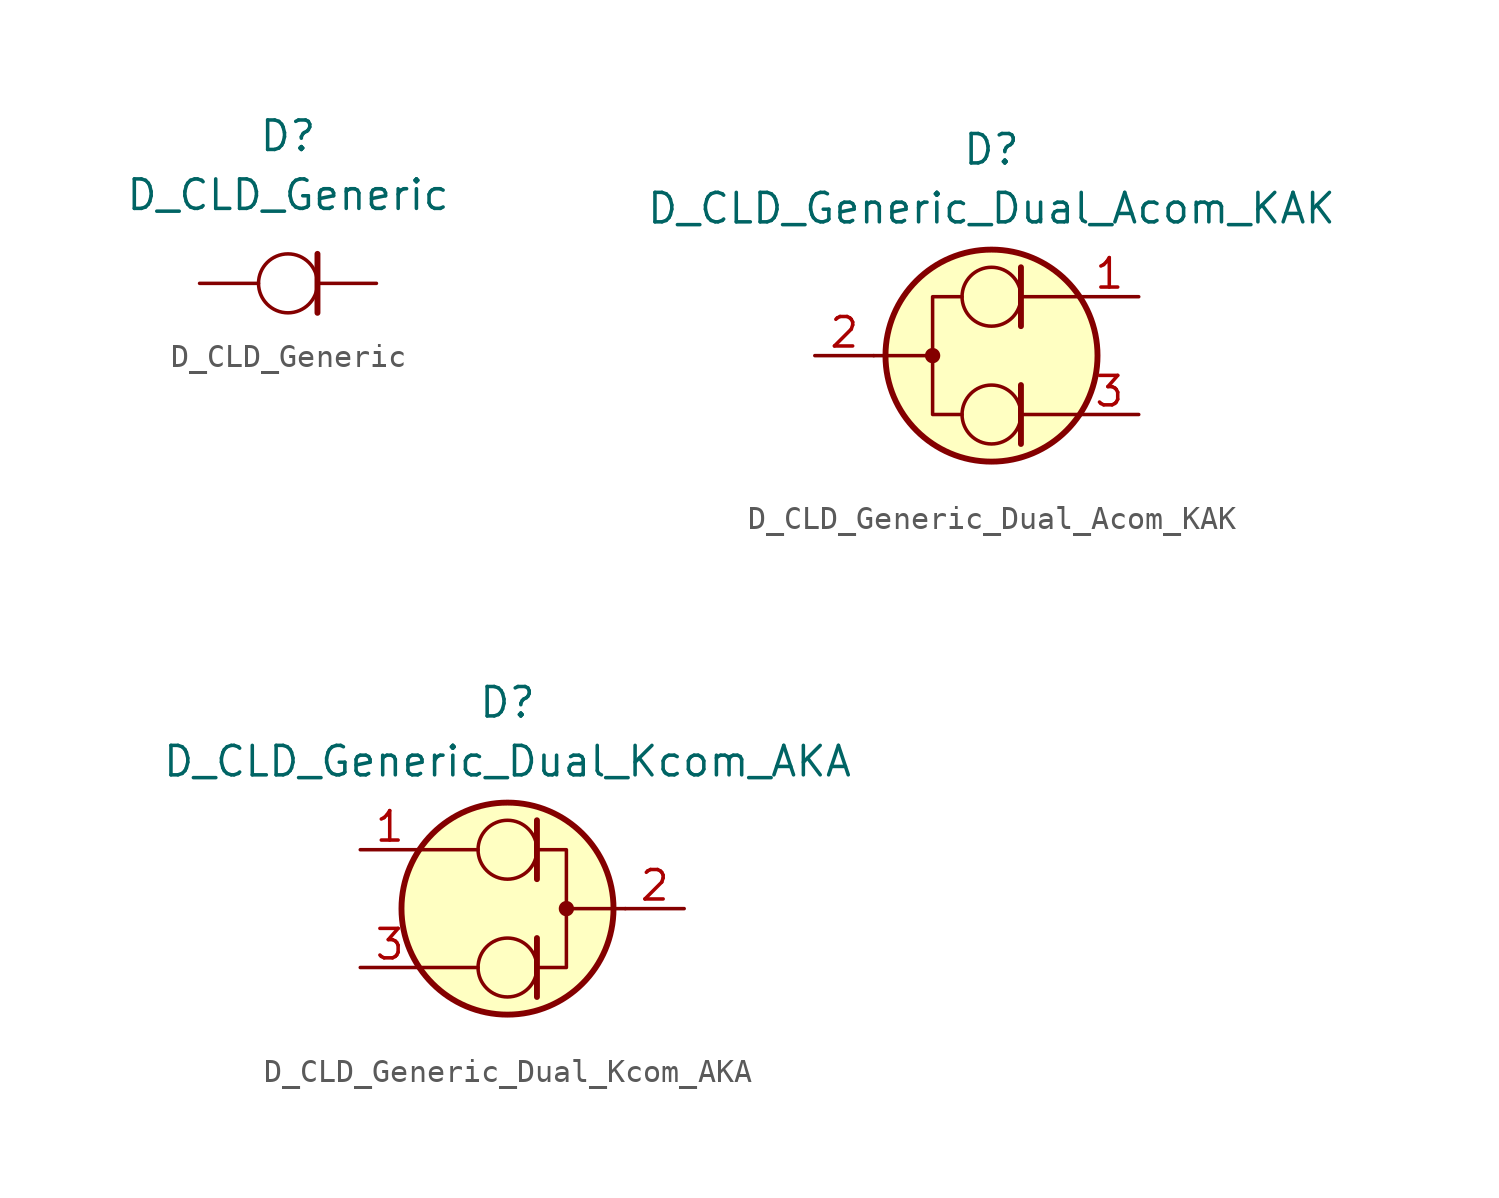
<source format=kicad_sym>
(kicad_symbol_lib
  (version 20220914)
  (generator kicad_symbol_editor)
  (symbol "D_CLD_Generic"
    (pin_numbers hide)
    (pin_names hide)
    (property "Reference" "D"
      (at 0 6.35 0)
      (effects (font (size 1.27 1.27))))
    (property "Value" "D_CLD_Generic"
      (at 0 3.81 0)
      (effects (font (size 1.27 1.27))))
    (symbol "D_CLD_Generic_0_1"
      (polyline (pts (xy 1.27 1.27) (xy 1.27 -1.27)) (stroke (width 0.254) (type default)) (fill (type none)))
      (circle (center 0 0) (radius 1.27) (stroke (width 0.152) (type default)) (fill (type none))))
    (symbol "D_CLD_Generic_1_1"
      (pin passive line (at 3.81 0 180) (length 2.54) (name "K" (effects (font (size 1.27 1.27)))) (number "1" (effects (font (size 1.27 1.27)))))
      (pin passive line (at -3.81 0 0) (length 2.54) (name "A" (effects (font (size 1.27 1.27)))) (number "2" (effects (font (size 1.27 1.27)))))))
  (symbol "D_CLD_Generic_Dual_Acom_KAK"
    (pin_names
      (offset 1.016) hide)
    (property "Reference" "D"
      (at 0 8.89 0)
      (effects (font (size 1.27 1.27))))
    (property "Value" "D_CLD_Generic_Dual_Acom_KAK"
      (at 0 6.35 0)
      (effects (font (size 1.27 1.27))))
    (symbol "D_CLD_Generic_Dual_Acom_KAK_0_1"
      (circle (center -2.54 0) (radius 0.254) (stroke (width 0) (type default)) (fill (type outline)))
      (circle (center 0 -2.54) (radius 1.27) (stroke (width 0.152) (type default)) (fill (type none)))
      (polyline (pts (xy -5.08 0) (xy -2.54 0)) (stroke (width 0) (type default)) (fill (type none)))
      (polyline (pts (xy 1.27 -2.54) (xy 3.81 -2.54)) (stroke (width 0) (type default)) (fill (type none)))
      (polyline (pts (xy 1.27 -1.27) (xy 1.27 -3.81)) (stroke (width 0.254) (type default)) (fill (type none)))
      (polyline (pts (xy 1.27 2.54) (xy 3.81 2.54)) (stroke (width 0) (type default)) (fill (type none)))
      (polyline (pts (xy 1.27 3.81) (xy 1.27 1.27)) (stroke (width 0.254) (type default)) (fill (type none)))
      (polyline (pts (xy -1.27 -2.54) (xy -2.54 -2.54) (xy -2.54 2.54) (xy -1.27 2.54)) (stroke (width 0) (type default)) (fill (type none)))
      (circle (center 0 0) (radius 4.572) (stroke (width 0.254) (type default)) (fill (type background)))
      (circle (center 0 2.54) (radius 1.27) (stroke (width 0.152) (type default)) (fill (type none))))
    (symbol "D_CLD_Generic_Dual_Acom_KAK_1_1"
      (pin passive line (at 6.35 2.54 180) (length 2.54) (name "K1" (effects (font (size 1.27 1.27)))) (number "1" (effects (font (size 1.27 1.27)))))
      (pin passive line (at -7.62 0 0) (length 2.54) (name "A" (effects (font (size 1.27 1.27)))) (number "2" (effects (font (size 1.27 1.27)))))
      (pin passive line (at 6.35 -2.54 180) (length 2.54) (name "K2" (effects (font (size 1.27 1.27)))) (number "3" (effects (font (size 1.27 1.27)))))))
  (symbol "D_CLD_Generic_Dual_Kcom_AKA"
    (pin_names
      (offset 1.016) hide)
    (property "Reference" "D"
      (at 0 8.89 0)
      (effects (font (size 1.27 1.27))))
    (property "Value" "D_CLD_Generic_Dual_Kcom_AKA"
      (at 0 6.35 0)
      (effects (font (size 1.27 1.27))))
    (symbol "D_CLD_Generic_Dual_Kcom_AKA_0_1"
      (circle (center 0 -2.54) (radius 1.27) (stroke (width 0.152) (type default)) (fill (type none)))
      (polyline (pts (xy -1.27 -2.54) (xy -3.81 -2.54)) (stroke (width 0) (type default)) (fill (type none)))
      (polyline (pts (xy -1.27 2.54) (xy -3.81 2.54)) (stroke (width 0) (type default)) (fill (type none)))
      (polyline (pts (xy 1.27 -3.81) (xy 1.27 -1.27)) (stroke (width 0.254) (type default)) (fill (type none)))
      (polyline (pts (xy 1.27 1.27) (xy 1.27 3.81)) (stroke (width 0.254) (type default)) (fill (type none)))
      (polyline (pts (xy 5.08 0) (xy 2.54 0)) (stroke (width 0) (type default)) (fill (type none)))
      (polyline (pts (xy 1.27 -2.54) (xy 2.54 -2.54) (xy 2.54 2.54) (xy 1.27 2.54)) (stroke (width 0) (type default)) (fill (type none)))
      (circle (center 0 0) (radius 4.572) (stroke (width 0.254) (type default)) (fill (type background)))
      (circle (center 0 2.54) (radius 1.27) (stroke (width 0.152) (type default)) (fill (type none)))
      (circle (center 2.54 0) (radius 0.254) (stroke (width 0) (type default)) (fill (type outline))))
    (symbol "D_CLD_Generic_Dual_Kcom_AKA_1_1"
      (pin passive line (at -6.35 2.54 0) (length 2.54) (name "A2" (effects (font (size 1.27 1.27)))) (number "1" (effects (font (size 1.27 1.27)))))
      (pin passive line (at 7.62 0 180) (length 2.54) (name "K" (effects (font (size 1.27 1.27)))) (number "2" (effects (font (size 1.27 1.27)))))
      (pin passive line (at -6.35 -2.54 0) (length 2.54) (name "A1" (effects (font (size 1.27 1.27)))) (number "3" (effects (font (size 1.27 1.27))))))))
</source>
